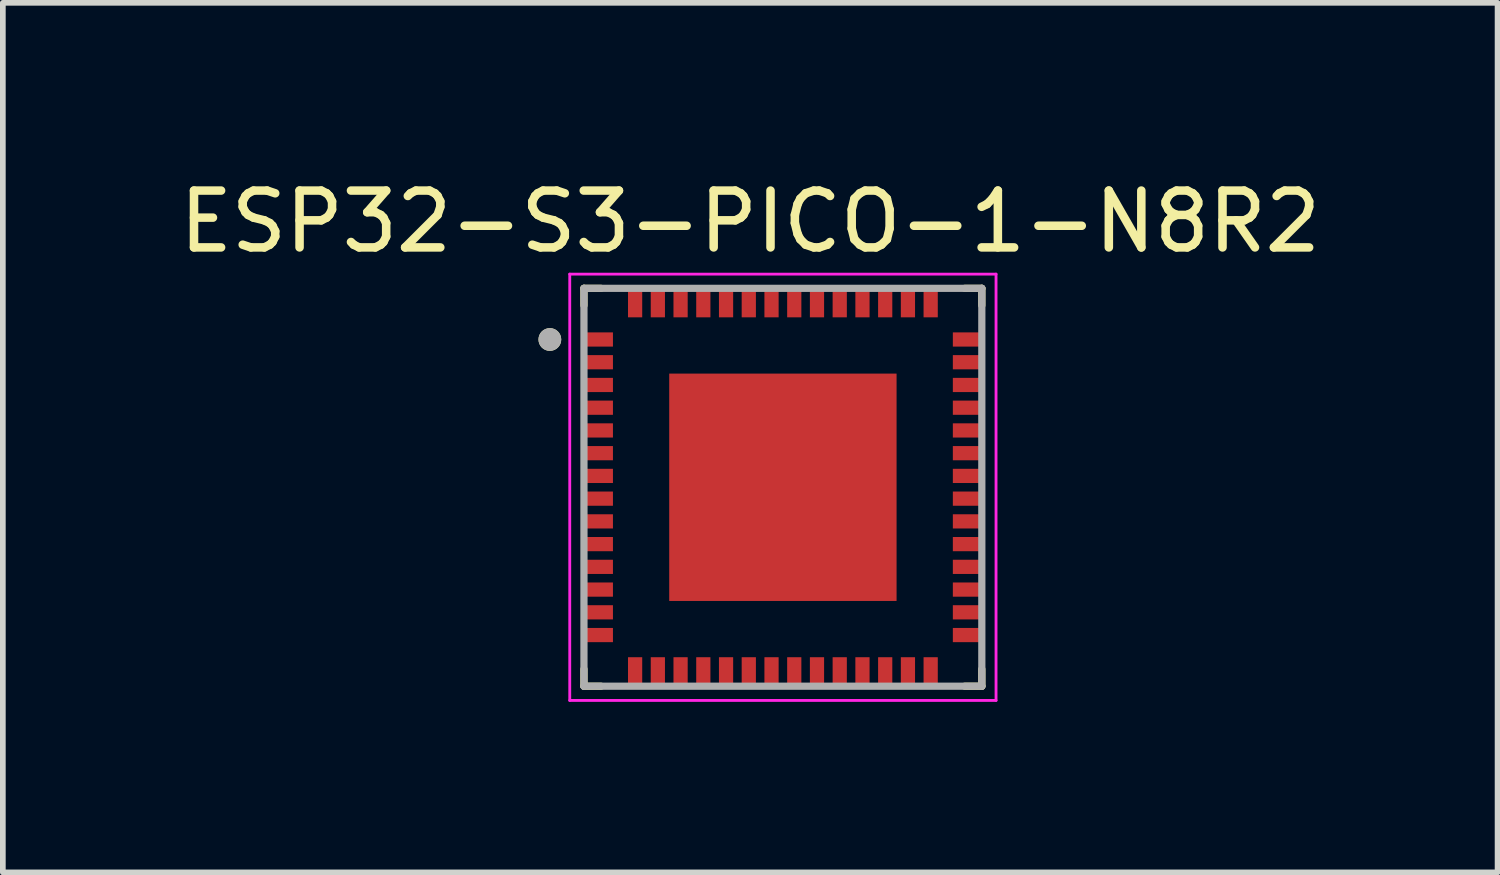
<source format=kicad_pcb>
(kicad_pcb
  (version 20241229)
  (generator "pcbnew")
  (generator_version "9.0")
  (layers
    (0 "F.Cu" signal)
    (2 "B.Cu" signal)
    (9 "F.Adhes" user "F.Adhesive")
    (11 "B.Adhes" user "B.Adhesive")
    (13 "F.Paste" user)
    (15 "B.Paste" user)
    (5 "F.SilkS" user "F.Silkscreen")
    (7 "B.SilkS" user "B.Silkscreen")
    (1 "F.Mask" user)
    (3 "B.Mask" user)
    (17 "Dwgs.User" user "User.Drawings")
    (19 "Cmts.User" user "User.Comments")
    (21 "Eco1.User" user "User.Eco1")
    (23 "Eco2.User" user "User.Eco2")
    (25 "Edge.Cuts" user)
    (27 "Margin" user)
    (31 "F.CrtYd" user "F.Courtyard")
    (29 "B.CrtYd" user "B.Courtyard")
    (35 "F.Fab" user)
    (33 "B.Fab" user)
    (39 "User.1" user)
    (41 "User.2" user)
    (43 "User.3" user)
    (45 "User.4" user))
  (footprint "ESP32-S3-PICO-1-N8R2"
    (layer "F.Cu")
    (at 10.724 5.523)
    (property "Reference" "ESP32-S3-PICO-1-N8R2" (at -0.575 -4.675 0) (layer "F.SilkS") (effects (font (size 1 1) (thickness 0.15))))
    (attr smd)
    (fp_poly (pts (xy -3.51 -2.775) (xy -2.94 -2.775) (xy -2.94 -2.425) (xy -3.51 -2.425)) (stroke (width 0.01) (type solid)) (fill yes) (layer "F.Mask"))
    (fp_poly (pts (xy -3.51 -2.375) (xy -2.94 -2.375) (xy -2.94 -2.025) (xy -3.51 -2.025)) (stroke (width 0.01) (type solid)) (fill yes) (layer "F.Mask"))
    (fp_poly (pts (xy -3.51 -1.975) (xy -2.94 -1.975) (xy -2.94 -1.625) (xy -3.51 -1.625)) (stroke (width 0.01) (type solid)) (fill yes) (layer "F.Mask"))
    (fp_poly (pts (xy -3.51 -1.575) (xy -2.94 -1.575) (xy -2.94 -1.225) (xy -3.51 -1.225)) (stroke (width 0.01) (type solid)) (fill yes) (layer "F.Mask"))
    (fp_poly (pts (xy -3.51 -1.175) (xy -2.94 -1.175) (xy -2.94 -0.825) (xy -3.51 -0.825)) (stroke (width 0.01) (type solid)) (fill yes) (layer "F.Mask"))
    (fp_poly (pts (xy -3.51 -0.775) (xy -2.94 -0.775) (xy -2.94 -0.425) (xy -3.51 -0.425)) (stroke (width 0.01) (type solid)) (fill yes) (layer "F.Mask"))
    (fp_poly (pts (xy -3.51 -0.375) (xy -2.94 -0.375) (xy -2.94 -0.025) (xy -3.51 -0.025)) (stroke (width 0.01) (type solid)) (fill yes) (layer "F.Mask"))
    (fp_poly (pts (xy -3.51 0.025) (xy -2.94 0.025) (xy -2.94 0.375) (xy -3.51 0.375)) (stroke (width 0.01) (type solid)) (fill yes) (layer "F.Mask"))
    (fp_poly (pts (xy -3.51 0.425) (xy -2.94 0.425) (xy -2.94 0.775) (xy -3.51 0.775)) (stroke (width 0.01) (type solid)) (fill yes) (layer "F.Mask"))
    (fp_poly (pts (xy -3.51 0.825) (xy -2.94 0.825) (xy -2.94 1.175) (xy -3.51 1.175)) (stroke (width 0.01) (type solid)) (fill yes) (layer "F.Mask"))
    (fp_poly (pts (xy -3.51 1.225) (xy -2.94 1.225) (xy -2.94 1.575) (xy -3.51 1.575)) (stroke (width 0.01) (type solid)) (fill yes) (layer "F.Mask"))
    (fp_poly (pts (xy -3.51 1.625) (xy -2.94 1.625) (xy -2.94 1.975) (xy -3.51 1.975)) (stroke (width 0.01) (type solid)) (fill yes) (layer "F.Mask"))
    (fp_poly (pts (xy -3.51 2.025) (xy -2.94 2.025) (xy -2.94 2.375) (xy -3.51 2.375)) (stroke (width 0.01) (type solid)) (fill yes) (layer "F.Mask"))
    (fp_poly (pts (xy -3.51 2.425) (xy -2.94 2.425) (xy -2.94 2.775) (xy -3.51 2.775)) (stroke (width 0.01) (type solid)) (fill yes) (layer "F.Mask"))
    (fp_poly (pts (xy -2.775 -3.51) (xy -2.425 -3.51) (xy -2.425 -2.94) (xy -2.775 -2.94)) (stroke (width 0.01) (type solid)) (fill yes) (layer "F.Mask"))
    (fp_poly (pts (xy -2.775 2.94) (xy -2.425 2.94) (xy -2.425 3.51) (xy -2.775 3.51)) (stroke (width 0.01) (type solid)) (fill yes) (layer "F.Mask"))
    (fp_poly (pts (xy -2.375 -3.51) (xy -2.025 -3.51) (xy -2.025 -2.94) (xy -2.375 -2.94)) (stroke (width 0.01) (type solid)) (fill yes) (layer "F.Mask"))
    (fp_poly (pts (xy -2.375 2.94) (xy -2.025 2.94) (xy -2.025 3.51) (xy -2.375 3.51)) (stroke (width 0.01) (type solid)) (fill yes) (layer "F.Mask"))
    (fp_poly (pts (xy -1.975 -3.51) (xy -1.625 -3.51) (xy -1.625 -2.94) (xy -1.975 -2.94)) (stroke (width 0.01) (type solid)) (fill yes) (layer "F.Mask"))
    (fp_poly (pts (xy -1.975 2.94) (xy -1.625 2.94) (xy -1.625 3.51) (xy -1.975 3.51)) (stroke (width 0.01) (type solid)) (fill yes) (layer "F.Mask"))
    (fp_poly (pts (xy -1.575 -3.51) (xy -1.225 -3.51) (xy -1.225 -2.94) (xy -1.575 -2.94)) (stroke (width 0.01) (type solid)) (fill yes) (layer "F.Mask"))
    (fp_poly (pts (xy -1.575 2.94) (xy -1.225 2.94) (xy -1.225 3.51) (xy -1.575 3.51)) (stroke (width 0.01) (type solid)) (fill yes) (layer "F.Mask"))
    (fp_poly (pts (xy -1.175 -3.51) (xy -0.825 -3.51) (xy -0.825 -2.94) (xy -1.175 -2.94)) (stroke (width 0.01) (type solid)) (fill yes) (layer "F.Mask"))
    (fp_poly (pts (xy -1.175 2.94) (xy -0.825 2.94) (xy -0.825 3.51) (xy -1.175 3.51)) (stroke (width 0.01) (type solid)) (fill yes) (layer "F.Mask"))
    (fp_poly (pts (xy -0.775 -3.51) (xy -0.425 -3.51) (xy -0.425 -2.94) (xy -0.775 -2.94)) (stroke (width 0.01) (type solid)) (fill yes) (layer "F.Mask"))
    (fp_poly (pts (xy -0.775 2.94) (xy -0.425 2.94) (xy -0.425 3.51) (xy -0.775 3.51)) (stroke (width 0.01) (type solid)) (fill yes) (layer "F.Mask"))
    (fp_poly (pts (xy -0.375 -3.51) (xy -0.025 -3.51) (xy -0.025 -2.94) (xy -0.375 -2.94)) (stroke (width 0.01) (type solid)) (fill yes) (layer "F.Mask"))
    (fp_poly (pts (xy -0.375 2.94) (xy -0.025 2.94) (xy -0.025 3.51) (xy -0.375 3.51)) (stroke (width 0.01) (type solid)) (fill yes) (layer "F.Mask"))
    (fp_poly (pts (xy 0.025 -3.51) (xy 0.375 -3.51) (xy 0.375 -2.94) (xy 0.025 -2.94)) (stroke (width 0.01) (type solid)) (fill yes) (layer "F.Mask"))
    (fp_poly (pts (xy 0.025 2.94) (xy 0.375 2.94) (xy 0.375 3.51) (xy 0.025 3.51)) (stroke (width 0.01) (type solid)) (fill yes) (layer "F.Mask"))
    (fp_poly (pts (xy 0.425 -3.51) (xy 0.775 -3.51) (xy 0.775 -2.94) (xy 0.425 -2.94)) (stroke (width 0.01) (type solid)) (fill yes) (layer "F.Mask"))
    (fp_poly (pts (xy 0.425 2.94) (xy 0.775 2.94) (xy 0.775 3.51) (xy 0.425 3.51)) (stroke (width 0.01) (type solid)) (fill yes) (layer "F.Mask"))
    (fp_poly (pts (xy 0.825 -3.51) (xy 1.175 -3.51) (xy 1.175 -2.94) (xy 0.825 -2.94)) (stroke (width 0.01) (type solid)) (fill yes) (layer "F.Mask"))
    (fp_poly (pts (xy 0.825 2.94) (xy 1.175 2.94) (xy 1.175 3.51) (xy 0.825 3.51)) (stroke (width 0.01) (type solid)) (fill yes) (layer "F.Mask"))
    (fp_poly (pts (xy 1.225 -3.51) (xy 1.575 -3.51) (xy 1.575 -2.94) (xy 1.225 -2.94)) (stroke (width 0.01) (type solid)) (fill yes) (layer "F.Mask"))
    (fp_poly (pts (xy 1.225 2.94) (xy 1.575 2.94) (xy 1.575 3.51) (xy 1.225 3.51)) (stroke (width 0.01) (type solid)) (fill yes) (layer "F.Mask"))
    (fp_poly (pts (xy 1.625 -3.51) (xy 1.975 -3.51) (xy 1.975 -2.94) (xy 1.625 -2.94)) (stroke (width 0.01) (type solid)) (fill yes) (layer "F.Mask"))
    (fp_poly (pts (xy 1.625 2.94) (xy 1.975 2.94) (xy 1.975 3.51) (xy 1.625 3.51)) (stroke (width 0.01) (type solid)) (fill yes) (layer "F.Mask"))
    (fp_poly (pts (xy 2.025 -3.51) (xy 2.375 -3.51) (xy 2.375 -2.94) (xy 2.025 -2.94)) (stroke (width 0.01) (type solid)) (fill yes) (layer "F.Mask"))
    (fp_poly (pts (xy 2.025 2.94) (xy 2.375 2.94) (xy 2.375 3.51) (xy 2.025 3.51)) (stroke (width 0.01) (type solid)) (fill yes) (layer "F.Mask"))
    (fp_poly (pts (xy 2.425 -3.51) (xy 2.775 -3.51) (xy 2.775 -2.94) (xy 2.425 -2.94)) (stroke (width 0.01) (type solid)) (fill yes) (layer "F.Mask"))
    (fp_poly (pts (xy 2.425 2.94) (xy 2.775 2.94) (xy 2.775 3.51) (xy 2.425 3.51)) (stroke (width 0.01) (type solid)) (fill yes) (layer "F.Mask"))
    (fp_poly (pts (xy 2.94 -2.775) (xy 3.51 -2.775) (xy 3.51 -2.425) (xy 2.94 -2.425)) (stroke (width 0.01) (type solid)) (fill yes) (layer "F.Mask"))
    (fp_poly (pts (xy 2.94 -2.375) (xy 3.51 -2.375) (xy 3.51 -2.025) (xy 2.94 -2.025)) (stroke (width 0.01) (type solid)) (fill yes) (layer "F.Mask"))
    (fp_poly (pts (xy 2.94 -1.975) (xy 3.51 -1.975) (xy 3.51 -1.625) (xy 2.94 -1.625)) (stroke (width 0.01) (type solid)) (fill yes) (layer "F.Mask"))
    (fp_poly (pts (xy 2.94 -1.575) (xy 3.51 -1.575) (xy 3.51 -1.225) (xy 2.94 -1.225)) (stroke (width 0.01) (type solid)) (fill yes) (layer "F.Mask"))
    (fp_poly (pts (xy 2.94 -1.175) (xy 3.51 -1.175) (xy 3.51 -0.825) (xy 2.94 -0.825)) (stroke (width 0.01) (type solid)) (fill yes) (layer "F.Mask"))
    (fp_poly (pts (xy 2.94 -0.775) (xy 3.51 -0.775) (xy 3.51 -0.425) (xy 2.94 -0.425)) (stroke (width 0.01) (type solid)) (fill yes) (layer "F.Mask"))
    (fp_poly (pts (xy 2.94 -0.375) (xy 3.51 -0.375) (xy 3.51 -0.025) (xy 2.94 -0.025)) (stroke (width 0.01) (type solid)) (fill yes) (layer "F.Mask"))
    (fp_poly (pts (xy 2.94 0.025) (xy 3.51 0.025) (xy 3.51 0.375) (xy 2.94 0.375)) (stroke (width 0.01) (type solid)) (fill yes) (layer "F.Mask"))
    (fp_poly (pts (xy 2.94 0.425) (xy 3.51 0.425) (xy 3.51 0.775) (xy 2.94 0.775)) (stroke (width 0.01) (type solid)) (fill yes) (layer "F.Mask"))
    (fp_poly (pts (xy 2.94 0.825) (xy 3.51 0.825) (xy 3.51 1.175) (xy 2.94 1.175)) (stroke (width 0.01) (type solid)) (fill yes) (layer "F.Mask"))
    (fp_poly (pts (xy 2.94 1.225) (xy 3.51 1.225) (xy 3.51 1.575) (xy 2.94 1.575)) (stroke (width 0.01) (type solid)) (fill yes) (layer "F.Mask"))
    (fp_poly (pts (xy 2.94 1.625) (xy 3.51 1.625) (xy 3.51 1.975) (xy 2.94 1.975)) (stroke (width 0.01) (type solid)) (fill yes) (layer "F.Mask"))
    (fp_poly (pts (xy 2.94 2.025) (xy 3.51 2.025) (xy 3.51 2.375) (xy 2.94 2.375)) (stroke (width 0.01) (type solid)) (fill yes) (layer "F.Mask"))
    (fp_poly (pts (xy 2.94 2.425) (xy 3.51 2.425) (xy 3.51 2.775) (xy 2.94 2.775)) (stroke (width 0.01) (type solid)) (fill yes) (layer "F.Mask"))
    (fp_line (start -3.5 -3.5) (end -3.2 -3.5) (stroke (width 0.127) (type solid)) (layer "F.SilkS"))
    (fp_line (start -3.5 -3.2) (end -3.5 -3.5) (stroke (width 0.127) (type solid)) (layer "F.SilkS"))
    (fp_line (start -3.5 3.2) (end -3.5 3.5) (stroke (width 0.127) (type solid)) (layer "F.SilkS"))
    (fp_line (start -3.5 3.5) (end -3.2 3.5) (stroke (width 0.127) (type solid)) (layer "F.SilkS"))
    (fp_line (start 3.2 -3.5) (end 3.5 -3.5) (stroke (width 0.127) (type solid)) (layer "F.SilkS"))
    (fp_line (start 3.2 3.5) (end 3.5 3.5) (stroke (width 0.127) (type solid)) (layer "F.SilkS"))
    (fp_line (start 3.5 -3.5) (end 3.5 -3.2) (stroke (width 0.127) (type solid)) (layer "F.SilkS"))
    (fp_line (start 3.5 3.5) (end 3.5 3.2) (stroke (width 0.127) (type solid)) (layer "F.SilkS"))
    (fp_circle (center -4.1 -2.6) (end -4 -2.6) (stroke (width 0.2) (type solid)) (fill no) (layer "F.SilkS"))
    (fp_poly (pts (xy -1.515 -1.515) (xy -0.245 -1.515) (xy -0.245 -0.245) (xy -1.515 -0.245)) (stroke (width 0.01) (type solid)) (fill yes) (layer "F.Paste"))
    (fp_poly (pts (xy -1.515 0.245) (xy -0.245 0.245) (xy -0.245 1.515) (xy -1.515 1.515)) (stroke (width 0.01) (type solid)) (fill yes) (layer "F.Paste"))
    (fp_poly (pts (xy 0.245 -1.515) (xy 1.515 -1.515) (xy 1.515 -0.245) (xy 0.245 -0.245)) (stroke (width 0.01) (type solid)) (fill yes) (layer "F.Paste"))
    (fp_poly (pts (xy 0.245 0.245) (xy 1.515 0.245) (xy 1.515 1.515) (xy 0.245 1.515)) (stroke (width 0.01) (type solid)) (fill yes) (layer "F.Paste"))
    (fp_line (start -3.75 -3.75) (end -3.75 3.75) (stroke (width 0.05) (type solid)) (layer "F.CrtYd"))
    (fp_line (start -3.75 3.75) (end 3.75 3.75) (stroke (width 0.05) (type solid)) (layer "F.CrtYd"))
    (fp_line (start 3.75 -3.75) (end -3.75 -3.75) (stroke (width 0.05) (type solid)) (layer "F.CrtYd"))
    (fp_line (start 3.75 3.75) (end 3.75 -3.75) (stroke (width 0.05) (type solid)) (layer "F.CrtYd"))
    (fp_line (start -3.5 -3.5) (end -3.5 3.5) (stroke (width 0.127) (type solid)) (layer "F.Fab"))
    (fp_line (start -3.5 3.5) (end 3.5 3.5) (stroke (width 0.127) (type solid)) (layer "F.Fab"))
    (fp_line (start 3.5 -3.5) (end -3.5 -3.5) (stroke (width 0.127) (type solid)) (layer "F.Fab"))
    (fp_line (start 3.5 3.5) (end 3.5 -3.5) (stroke (width 0.127) (type solid)) (layer "F.Fab"))
    (fp_circle (center -4.1 -2.6) (end -4 -2.6) (stroke (width 0.2) (type solid)) (fill no) (layer "F.Fab"))
    (pad "1" smd rect (at -3.225 -2.6) (size 0.47 0.25) (layers "F.Cu" "F.Paste"))
    (pad "2" smd rect (at -3.225 -2.2) (size 0.47 0.25) (layers "F.Cu" "F.Paste"))
    (pad "3" smd rect (at -3.225 -1.8) (size 0.47 0.25) (layers "F.Cu" "F.Paste"))
    (pad "4" smd rect (at -3.225 -1.4) (size 0.47 0.25) (layers "F.Cu" "F.Paste"))
    (pad "5" smd rect (at -3.225 -1) (size 0.47 0.25) (layers "F.Cu" "F.Paste"))
    (pad "6" smd rect (at -3.225 -0.6) (size 0.47 0.25) (layers "F.Cu" "F.Paste"))
    (pad "7" smd rect (at -3.225 -0.2) (size 0.47 0.25) (layers "F.Cu" "F.Paste"))
    (pad "8" smd rect (at -3.225 0.2) (size 0.47 0.25) (layers "F.Cu" "F.Paste"))
    (pad "9" smd rect (at -3.225 0.6) (size 0.47 0.25) (layers "F.Cu" "F.Paste"))
    (pad "10" smd rect (at -3.225 1) (size 0.47 0.25) (layers "F.Cu" "F.Paste"))
    (pad "11" smd rect (at -3.225 1.4) (size 0.47 0.25) (layers "F.Cu" "F.Paste"))
    (pad "12" smd rect (at -3.225 1.8) (size 0.47 0.25) (layers "F.Cu" "F.Paste"))
    (pad "13" smd rect (at -3.225 2.2) (size 0.47 0.25) (layers "F.Cu" "F.Paste"))
    (pad "14" smd rect (at -3.225 2.6) (size 0.47 0.25) (layers "F.Cu" "F.Paste"))
    (pad "15" smd rect (at -2.6 3.225) (size 0.25 0.47) (layers "F.Cu" "F.Paste"))
    (pad "16" smd rect (at -2.2 3.225) (size 0.25 0.47) (layers "F.Cu" "F.Paste"))
    (pad "17" smd rect (at -1.8 3.225) (size 0.25 0.47) (layers "F.Cu" "F.Paste"))
    (pad "18" smd rect (at -1.4 3.225) (size 0.25 0.47) (layers "F.Cu" "F.Paste"))
    (pad "19" smd rect (at -1 3.225) (size 0.25 0.47) (layers "F.Cu" "F.Paste"))
    (pad "20" smd rect (at -0.6 3.225) (size 0.25 0.47) (layers "F.Cu" "F.Paste"))
    (pad "21" smd rect (at -0.2 3.225) (size 0.25 0.47) (layers "F.Cu" "F.Paste"))
    (pad "22" smd rect (at 0.2 3.225) (size 0.25 0.47) (layers "F.Cu" "F.Paste"))
    (pad "23" smd rect (at 0.6 3.225) (size 0.25 0.47) (layers "F.Cu" "F.Paste"))
    (pad "24" smd rect (at 1 3.225) (size 0.25 0.47) (layers "F.Cu" "F.Paste"))
    (pad "25" smd rect (at 1.4 3.225) (size 0.25 0.47) (layers "F.Cu" "F.Paste"))
    (pad "26" smd rect (at 1.8 3.225) (size 0.25 0.47) (layers "F.Cu" "F.Paste"))
    (pad "27" smd rect (at 2.2 3.225) (size 0.25 0.47) (layers "F.Cu" "F.Paste"))
    (pad "28" smd rect (at 2.6 3.225) (size 0.25 0.47) (layers "F.Cu" "F.Paste"))
    (pad "29" smd rect (at 3.225 2.6) (size 0.47 0.25) (layers "F.Cu" "F.Paste"))
    (pad "30" smd rect (at 3.225 2.2) (size 0.47 0.25) (layers "F.Cu" "F.Paste"))
    (pad "31" smd rect (at 3.225 1.8) (size 0.47 0.25) (layers "F.Cu" "F.Paste"))
    (pad "32" smd rect (at 3.225 1.4) (size 0.47 0.25) (layers "F.Cu" "F.Paste"))
    (pad "33" smd rect (at 3.225 1) (size 0.47 0.25) (layers "F.Cu" "F.Paste"))
    (pad "34" smd rect (at 3.225 0.6) (size 0.47 0.25) (layers "F.Cu" "F.Paste"))
    (pad "35" smd rect (at 3.225 0.2) (size 0.47 0.25) (layers "F.Cu" "F.Paste"))
    (pad "36" smd rect (at 3.225 -0.2) (size 0.47 0.25) (layers "F.Cu" "F.Paste"))
    (pad "37" smd rect (at 3.225 -0.6) (size 0.47 0.25) (layers "F.Cu" "F.Paste"))
    (pad "38" smd rect (at 3.225 -1) (size 0.47 0.25) (layers "F.Cu" "F.Paste"))
    (pad "39" smd rect (at 3.225 -1.4) (size 0.47 0.25) (layers "F.Cu" "F.Paste"))
    (pad "40" smd rect (at 3.225 -1.8) (size 0.47 0.25) (layers "F.Cu" "F.Paste"))
    (pad "41" smd rect (at 3.225 -2.2) (size 0.47 0.25) (layers "F.Cu" "F.Paste"))
    (pad "42" smd rect (at 3.225 -2.6) (size 0.47 0.25) (layers "F.Cu" "F.Paste"))
    (pad "43" smd rect (at 2.6 -3.225) (size 0.25 0.47) (layers "F.Cu" "F.Paste"))
    (pad "44" smd rect (at 2.2 -3.225) (size 0.25 0.47) (layers "F.Cu" "F.Paste"))
    (pad "45" smd rect (at 1.8 -3.225) (size 0.25 0.47) (layers "F.Cu" "F.Paste"))
    (pad "46" smd rect (at 1.4 -3.225) (size 0.25 0.47) (layers "F.Cu" "F.Paste"))
    (pad "47" smd rect (at 1 -3.225) (size 0.25 0.47) (layers "F.Cu" "F.Paste"))
    (pad "48" smd rect (at 0.6 -3.225) (size 0.25 0.47) (layers "F.Cu" "F.Paste"))
    (pad "49" smd rect (at 0.2 -3.225) (size 0.25 0.47) (layers "F.Cu" "F.Paste"))
    (pad "50" smd rect (at -0.2 -3.225) (size 0.25 0.47) (layers "F.Cu" "F.Paste"))
    (pad "51" smd rect (at -0.6 -3.225) (size 0.25 0.47) (layers "F.Cu" "F.Paste"))
    (pad "52" smd rect (at -1 -3.225) (size 0.25 0.47) (layers "F.Cu" "F.Paste"))
    (pad "53" smd rect (at -1.4 -3.225) (size 0.25 0.47) (layers "F.Cu" "F.Paste"))
    (pad "54" smd rect (at -1.8 -3.225) (size 0.25 0.47) (layers "F.Cu" "F.Paste"))
    (pad "55" smd rect (at -2.2 -3.225) (size 0.25 0.47) (layers "F.Cu" "F.Paste"))
    (pad "56" smd rect (at -2.6 -3.225) (size 0.25 0.47) (layers "F.Cu" "F.Paste"))
    (pad "57" smd rect (at 0 0) (size 4 4) (layers "F.Cu" "F.Mask")))
  (gr_rect
    (start -3 -3)
    (end 23.298 12.298)
    (stroke (width 0.1) (type default))
    (fill no)
    (layer "Edge.Cuts")))
</source>
